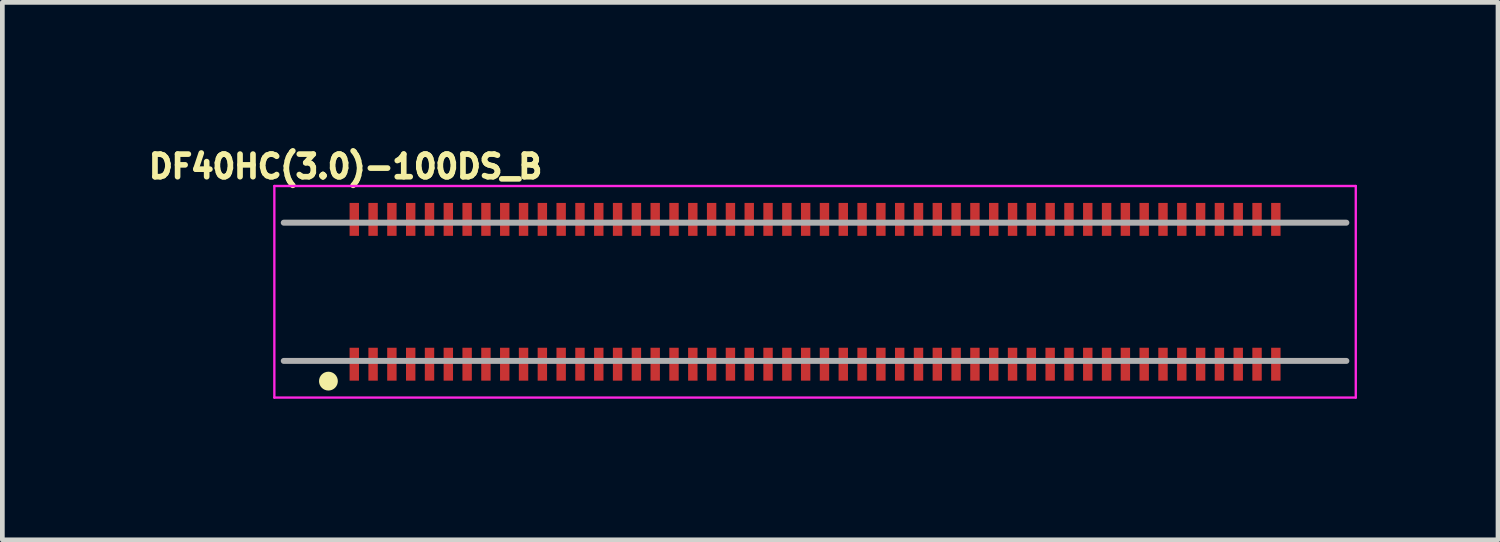
<source format=kicad_pcb>
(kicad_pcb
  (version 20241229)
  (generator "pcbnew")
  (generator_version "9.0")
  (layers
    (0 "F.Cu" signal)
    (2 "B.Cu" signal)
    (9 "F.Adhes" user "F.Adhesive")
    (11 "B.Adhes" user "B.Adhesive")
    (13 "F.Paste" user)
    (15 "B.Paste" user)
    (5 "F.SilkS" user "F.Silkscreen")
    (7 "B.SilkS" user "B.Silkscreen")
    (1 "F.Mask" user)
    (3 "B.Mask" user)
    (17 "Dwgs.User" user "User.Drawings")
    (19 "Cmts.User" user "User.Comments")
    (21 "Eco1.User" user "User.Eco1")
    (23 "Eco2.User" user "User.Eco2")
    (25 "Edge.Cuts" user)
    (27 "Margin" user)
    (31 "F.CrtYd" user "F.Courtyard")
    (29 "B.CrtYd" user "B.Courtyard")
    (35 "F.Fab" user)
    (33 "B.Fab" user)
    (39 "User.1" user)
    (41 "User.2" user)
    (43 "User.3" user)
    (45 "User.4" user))
  (footprint "DF40HC(3.0)-100DS_B"
    (layer "F.Cu")
    (at 14.645 3.716)
    (property "Reference" "DF40HC(3.0)-100DS_B" (at -10.345 -3.224 0) (layer "F.SilkS") (effects (font (size 0.481 0.481) (thickness 0.15))))
    (attr smd)
    (fp_circle (center -10.71 1.34) (end -10.61 1.34) (stroke (width 0.2) (type solid)) (fill no) (layer "F.SilkS"))
    (fp_line (start -11.86 -2.81) (end 11.14 -2.81) (stroke (width 0.05) (type solid)) (layer "F.CrtYd"))
    (fp_line (start -11.86 1.69) (end -11.86 -2.81) (stroke (width 0.05) (type solid)) (layer "F.CrtYd"))
    (fp_line (start 11.14 -2.81) (end 11.14 1.69) (stroke (width 0.05) (type solid)) (layer "F.CrtYd"))
    (fp_line (start 11.14 1.69) (end -11.86 1.69) (stroke (width 0.05) (type solid)) (layer "F.CrtYd"))
    (fp_line (start -11.66 -2.03) (end 10.94 -2.03) (stroke (width 0.127) (type solid)) (layer "F.Fab"))
    (fp_line (start 10.94 0.91) (end -11.66 0.91) (stroke (width 0.127) (type solid)) (layer "F.Fab"))
    (pad "101" smd rect (at -10.16 0.98) (size 0.2 0.7) (layers "F.Cu" "F.Mask" "F.Paste"))
    (pad "102" smd rect (at -10.16 -2.1) (size 0.2 0.7) (layers "F.Cu" "F.Mask" "F.Paste"))
    (pad "103" smd rect (at -9.76 0.98) (size 0.2 0.7) (layers "F.Cu" "F.Mask" "F.Paste"))
    (pad "104" smd rect (at -9.76 -2.1) (size 0.2 0.7) (layers "F.Cu" "F.Mask" "F.Paste"))
    (pad "105" smd rect (at -9.36 0.98) (size 0.2 0.7) (layers "F.Cu" "F.Mask" "F.Paste"))
    (pad "106" smd rect (at -9.36 -2.1) (size 0.2 0.7) (layers "F.Cu" "F.Mask" "F.Paste"))
    (pad "107" smd rect (at -8.96 0.98) (size 0.2 0.7) (layers "F.Cu" "F.Mask" "F.Paste"))
    (pad "108" smd rect (at -8.96 -2.1) (size 0.2 0.7) (layers "F.Cu" "F.Mask" "F.Paste"))
    (pad "109" smd rect (at -8.56 0.98) (size 0.2 0.7) (layers "F.Cu" "F.Mask" "F.Paste"))
    (pad "110" smd rect (at -8.56 -2.1) (size 0.2 0.7) (layers "F.Cu" "F.Mask" "F.Paste"))
    (pad "111" smd rect (at -8.16 0.98) (size 0.2 0.7) (layers "F.Cu" "F.Mask" "F.Paste"))
    (pad "112" smd rect (at -8.16 -2.1) (size 0.2 0.7) (layers "F.Cu" "F.Mask" "F.Paste"))
    (pad "113" smd rect (at -7.76 0.98) (size 0.2 0.7) (layers "F.Cu" "F.Mask" "F.Paste"))
    (pad "114" smd rect (at -7.76 -2.1) (size 0.2 0.7) (layers "F.Cu" "F.Mask" "F.Paste"))
    (pad "115" smd rect (at -7.36 0.98) (size 0.2 0.7) (layers "F.Cu" "F.Mask" "F.Paste"))
    (pad "116" smd rect (at -7.36 -2.1) (size 0.2 0.7) (layers "F.Cu" "F.Mask" "F.Paste"))
    (pad "117" smd rect (at -6.96 0.98) (size 0.2 0.7) (layers "F.Cu" "F.Mask" "F.Paste"))
    (pad "118" smd rect (at -6.96 -2.1) (size 0.2 0.7) (layers "F.Cu" "F.Mask" "F.Paste"))
    (pad "119" smd rect (at -6.56 0.98) (size 0.2 0.7) (layers "F.Cu" "F.Mask" "F.Paste"))
    (pad "120" smd rect (at -6.56 -2.1) (size 0.2 0.7) (layers "F.Cu" "F.Mask" "F.Paste"))
    (pad "121" smd rect (at -6.16 0.98) (size 0.2 0.7) (layers "F.Cu" "F.Mask" "F.Paste"))
    (pad "122" smd rect (at -6.16 -2.1) (size 0.2 0.7) (layers "F.Cu" "F.Mask" "F.Paste"))
    (pad "123" smd rect (at -5.76 0.98) (size 0.2 0.7) (layers "F.Cu" "F.Mask" "F.Paste"))
    (pad "124" smd rect (at -5.76 -2.1) (size 0.2 0.7) (layers "F.Cu" "F.Mask" "F.Paste"))
    (pad "125" smd rect (at -5.36 0.98) (size 0.2 0.7) (layers "F.Cu" "F.Mask" "F.Paste"))
    (pad "126" smd rect (at -5.36 -2.1) (size 0.2 0.7) (layers "F.Cu" "F.Mask" "F.Paste"))
    (pad "127" smd rect (at -4.96 0.98) (size 0.2 0.7) (layers "F.Cu" "F.Mask" "F.Paste"))
    (pad "128" smd rect (at -4.96 -2.1) (size 0.2 0.7) (layers "F.Cu" "F.Mask" "F.Paste"))
    (pad "129" smd rect (at -4.56 0.98) (size 0.2 0.7) (layers "F.Cu" "F.Mask" "F.Paste"))
    (pad "130" smd rect (at -4.56 -2.1) (size 0.2 0.7) (layers "F.Cu" "F.Mask" "F.Paste"))
    (pad "131" smd rect (at -4.16 0.98) (size 0.2 0.7) (layers "F.Cu" "F.Mask" "F.Paste"))
    (pad "132" smd rect (at -4.16 -2.1) (size 0.2 0.7) (layers "F.Cu" "F.Mask" "F.Paste"))
    (pad "133" smd rect (at -3.76 0.98) (size 0.2 0.7) (layers "F.Cu" "F.Mask" "F.Paste"))
    (pad "134" smd rect (at -3.76 -2.1) (size 0.2 0.7) (layers "F.Cu" "F.Mask" "F.Paste"))
    (pad "135" smd rect (at -3.36 0.98) (size 0.2 0.7) (layers "F.Cu" "F.Mask" "F.Paste"))
    (pad "136" smd rect (at -3.36 -2.1) (size 0.2 0.7) (layers "F.Cu" "F.Mask" "F.Paste"))
    (pad "137" smd rect (at -2.96 0.98) (size 0.2 0.7) (layers "F.Cu" "F.Mask" "F.Paste"))
    (pad "138" smd rect (at -2.96 -2.1) (size 0.2 0.7) (layers "F.Cu" "F.Mask" "F.Paste"))
    (pad "139" smd rect (at -2.56 0.98) (size 0.2 0.7) (layers "F.Cu" "F.Mask" "F.Paste"))
    (pad "140" smd rect (at -2.56 -2.1) (size 0.2 0.7) (layers "F.Cu" "F.Mask" "F.Paste"))
    (pad "141" smd rect (at -2.16 0.98) (size 0.2 0.7) (layers "F.Cu" "F.Mask" "F.Paste"))
    (pad "142" smd rect (at -2.16 -2.1) (size 0.2 0.7) (layers "F.Cu" "F.Mask" "F.Paste"))
    (pad "143" smd rect (at -1.76 0.98) (size 0.2 0.7) (layers "F.Cu" "F.Mask" "F.Paste"))
    (pad "144" smd rect (at -1.76 -2.1) (size 0.2 0.7) (layers "F.Cu" "F.Mask" "F.Paste"))
    (pad "145" smd rect (at -1.36 0.98) (size 0.2 0.7) (layers "F.Cu" "F.Mask" "F.Paste"))
    (pad "146" smd rect (at -1.36 -2.1) (size 0.2 0.7) (layers "F.Cu" "F.Mask" "F.Paste"))
    (pad "147" smd rect (at -0.96 0.98) (size 0.2 0.7) (layers "F.Cu" "F.Mask" "F.Paste"))
    (pad "148" smd rect (at -0.96 -2.1) (size 0.2 0.7) (layers "F.Cu" "F.Mask" "F.Paste"))
    (pad "149" smd rect (at -0.56 0.98) (size 0.2 0.7) (layers "F.Cu" "F.Mask" "F.Paste"))
    (pad "150" smd rect (at -0.56 -2.1) (size 0.2 0.7) (layers "F.Cu" "F.Mask" "F.Paste"))
    (pad "151" smd rect (at -0.16 0.98) (size 0.2 0.7) (layers "F.Cu" "F.Mask" "F.Paste"))
    (pad "152" smd rect (at -0.16 -2.1) (size 0.2 0.7) (layers "F.Cu" "F.Mask" "F.Paste"))
    (pad "153" smd rect (at 0.24 0.98) (size 0.2 0.7) (layers "F.Cu" "F.Mask" "F.Paste"))
    (pad "154" smd rect (at 0.24 -2.1) (size 0.2 0.7) (layers "F.Cu" "F.Mask" "F.Paste"))
    (pad "155" smd rect (at 0.64 0.98) (size 0.2 0.7) (layers "F.Cu" "F.Mask" "F.Paste"))
    (pad "156" smd rect (at 0.64 -2.1) (size 0.2 0.7) (layers "F.Cu" "F.Mask" "F.Paste"))
    (pad "157" smd rect (at 1.04 0.98) (size 0.2 0.7) (layers "F.Cu" "F.Mask" "F.Paste"))
    (pad "158" smd rect (at 1.04 -2.1) (size 0.2 0.7) (layers "F.Cu" "F.Mask" "F.Paste"))
    (pad "159" smd rect (at 1.44 0.98) (size 0.2 0.7) (layers "F.Cu" "F.Mask" "F.Paste"))
    (pad "160" smd rect (at 1.44 -2.1) (size 0.2 0.7) (layers "F.Cu" "F.Mask" "F.Paste"))
    (pad "161" smd rect (at 1.84 0.98) (size 0.2 0.7) (layers "F.Cu" "F.Mask" "F.Paste"))
    (pad "162" smd rect (at 1.84 -2.1) (size 0.2 0.7) (layers "F.Cu" "F.Mask" "F.Paste"))
    (pad "163" smd rect (at 2.24 0.98) (size 0.2 0.7) (layers "F.Cu" "F.Mask" "F.Paste"))
    (pad "164" smd rect (at 2.24 -2.1) (size 0.2 0.7) (layers "F.Cu" "F.Mask" "F.Paste"))
    (pad "165" smd rect (at 2.64 0.98) (size 0.2 0.7) (layers "F.Cu" "F.Mask" "F.Paste"))
    (pad "166" smd rect (at 2.64 -2.1) (size 0.2 0.7) (layers "F.Cu" "F.Mask" "F.Paste"))
    (pad "167" smd rect (at 3.04 0.98) (size 0.2 0.7) (layers "F.Cu" "F.Mask" "F.Paste"))
    (pad "168" smd rect (at 3.04 -2.1) (size 0.2 0.7) (layers "F.Cu" "F.Mask" "F.Paste"))
    (pad "169" smd rect (at 3.44 0.98) (size 0.2 0.7) (layers "F.Cu" "F.Mask" "F.Paste"))
    (pad "170" smd rect (at 3.44 -2.1) (size 0.2 0.7) (layers "F.Cu" "F.Mask" "F.Paste"))
    (pad "171" smd rect (at 3.84 0.98) (size 0.2 0.7) (layers "F.Cu" "F.Mask" "F.Paste"))
    (pad "172" smd rect (at 3.84 -2.1) (size 0.2 0.7) (layers "F.Cu" "F.Mask" "F.Paste"))
    (pad "173" smd rect (at 4.24 0.98) (size 0.2 0.7) (layers "F.Cu" "F.Mask" "F.Paste"))
    (pad "174" smd rect (at 4.24 -2.1) (size 0.2 0.7) (layers "F.Cu" "F.Mask" "F.Paste"))
    (pad "175" smd rect (at 4.64 0.98) (size 0.2 0.7) (layers "F.Cu" "F.Mask" "F.Paste"))
    (pad "176" smd rect (at 4.64 -2.1) (size 0.2 0.7) (layers "F.Cu" "F.Mask" "F.Paste"))
    (pad "177" smd rect (at 5.04 0.98) (size 0.2 0.7) (layers "F.Cu" "F.Mask" "F.Paste"))
    (pad "178" smd rect (at 5.04 -2.1) (size 0.2 0.7) (layers "F.Cu" "F.Mask" "F.Paste"))
    (pad "179" smd rect (at 5.44 0.98) (size 0.2 0.7) (layers "F.Cu" "F.Mask" "F.Paste"))
    (pad "180" smd rect (at 5.44 -2.1) (size 0.2 0.7) (layers "F.Cu" "F.Mask" "F.Paste"))
    (pad "181" smd rect (at 5.84 0.98) (size 0.2 0.7) (layers "F.Cu" "F.Mask" "F.Paste"))
    (pad "182" smd rect (at 5.84 -2.1) (size 0.2 0.7) (layers "F.Cu" "F.Mask" "F.Paste"))
    (pad "183" smd rect (at 6.24 0.98) (size 0.2 0.7) (layers "F.Cu" "F.Mask" "F.Paste"))
    (pad "184" smd rect (at 6.24 -2.1) (size 0.2 0.7) (layers "F.Cu" "F.Mask" "F.Paste"))
    (pad "185" smd rect (at 6.64 0.98) (size 0.2 0.7) (layers "F.Cu" "F.Mask" "F.Paste"))
    (pad "186" smd rect (at 6.64 -2.1) (size 0.2 0.7) (layers "F.Cu" "F.Mask" "F.Paste"))
    (pad "187" smd rect (at 7.04 0.98) (size 0.2 0.7) (layers "F.Cu" "F.Mask" "F.Paste"))
    (pad "188" smd rect (at 7.04 -2.1) (size 0.2 0.7) (layers "F.Cu" "F.Mask" "F.Paste"))
    (pad "189" smd rect (at 7.44 0.98) (size 0.2 0.7) (layers "F.Cu" "F.Mask" "F.Paste"))
    (pad "190" smd rect (at 7.44 -2.1) (size 0.2 0.7) (layers "F.Cu" "F.Mask" "F.Paste"))
    (pad "191" smd rect (at 7.84 0.98) (size 0.2 0.7) (layers "F.Cu" "F.Mask" "F.Paste"))
    (pad "192" smd rect (at 7.84 -2.1) (size 0.2 0.7) (layers "F.Cu" "F.Mask" "F.Paste"))
    (pad "193" smd rect (at 8.24 0.98) (size 0.2 0.7) (layers "F.Cu" "F.Mask" "F.Paste"))
    (pad "194" smd rect (at 8.24 -2.1) (size 0.2 0.7) (layers "F.Cu" "F.Mask" "F.Paste"))
    (pad "195" smd rect (at 8.64 0.98) (size 0.2 0.7) (layers "F.Cu" "F.Mask" "F.Paste"))
    (pad "196" smd rect (at 8.64 -2.1) (size 0.2 0.7) (layers "F.Cu" "F.Mask" "F.Paste"))
    (pad "197" smd rect (at 9.04 0.98) (size 0.2 0.7) (layers "F.Cu" "F.Mask" "F.Paste"))
    (pad "198" smd rect (at 9.04 -2.1) (size 0.2 0.7) (layers "F.Cu" "F.Mask" "F.Paste"))
    (pad "199" smd rect (at 9.44 0.98) (size 0.2 0.7) (layers "F.Cu" "F.Mask" "F.Paste"))
    (pad "200" smd rect (at 9.44 -2.1) (size 0.2 0.7) (layers "F.Cu" "F.Mask" "F.Paste"))
    (zone (net_name "") (layer "F.Cu") (hatch full 0.508) (connect_pads) (min_thickness 0.01) (filled_areas_thickness no) (keepout (tracks not_allowed) (vias not_allowed) (pads not_allowed) (copperpour not_allowed) (footprints allowed)) (placement (enabled no)) (fill) (polygon (pts (xy 4.356 1.966) (xy 4.585 1.966) (xy 4.585 2.695) (xy 4.356 2.695))))
    (zone (net_name "") (layer "F.Cu") (hatch full 0.508) (connect_pads) (min_thickness 0.01) (filled_areas_thickness no) (keepout (tracks not_allowed) (vias not_allowed) (pads not_allowed) (copperpour not_allowed) (footprints allowed)) (placement (enabled no)) (fill) (polygon (pts (xy 4.378 3.616) (xy 4.585 3.616) (xy 4.585 4.347) (xy 4.378 4.347))))
    (zone (net_name "") (layer "F.Cu") (hatch full 0.508) (connect_pads) (min_thickness 0.01) (filled_areas_thickness no) (keepout (tracks not_allowed) (vias not_allowed) (pads not_allowed) (copperpour not_allowed) (footprints allowed)) (placement (enabled no)) (fill) (polygon (pts (xy 4.754 1.966) (xy 4.985 1.966) (xy 4.985 2.695) (xy 4.754 2.695))))
    (zone (net_name "") (layer "F.Cu") (hatch full 0.508) (connect_pads) (min_thickness 0.01) (filled_areas_thickness no) (keepout (tracks not_allowed) (vias not_allowed) (pads not_allowed) (copperpour not_allowed) (footprints allowed)) (placement (enabled no)) (fill) (polygon (pts (xy 4.776 3.616) (xy 4.985 3.616) (xy 4.985 4.348) (xy 4.776 4.348))))
    (zone (net_name "") (layer "F.Cu") (hatch full 0.508) (connect_pads) (min_thickness 0.01) (filled_areas_thickness no) (keepout (tracks not_allowed) (vias not_allowed) (pads not_allowed) (copperpour not_allowed) (footprints allowed)) (placement (enabled no)) (fill) (polygon (pts (xy 5.166 1.966) (xy 5.385 1.966) (xy 5.385 2.696) (xy 5.166 2.696))))
    (zone (net_name "") (layer "F.Cu") (hatch full 0.508) (connect_pads) (min_thickness 0.01) (filled_areas_thickness no) (keepout (tracks not_allowed) (vias not_allowed) (pads not_allowed) (copperpour not_allowed) (footprints allowed)) (placement (enabled no)) (fill) (polygon (pts (xy 5.183 3.616) (xy 5.385 3.616) (xy 5.385 4.347) (xy 5.183 4.347))))
    (zone (net_name "") (layer "F.Cu") (hatch full 0.508) (connect_pads) (min_thickness 0.01) (filled_areas_thickness no) (keepout (tracks not_allowed) (vias not_allowed) (pads not_allowed) (copperpour not_allowed) (footprints allowed)) (placement (enabled no)) (fill) (polygon (pts (xy 5.566 3.616) (xy 5.785 3.616) (xy 5.785 4.349) (xy 5.566 4.349))))
    (zone (net_name "") (layer "F.Cu") (hatch full 0.508) (connect_pads) (min_thickness 0.01) (filled_areas_thickness no) (keepout (tracks not_allowed) (vias not_allowed) (pads not_allowed) (copperpour not_allowed) (footprints allowed)) (placement (enabled no)) (fill) (polygon (pts (xy 5.567 1.966) (xy 5.785 1.966) (xy 5.785 2.695) (xy 5.567 2.695))))
    (zone (net_name "") (layer "F.Cu") (hatch full 0.508) (connect_pads) (min_thickness 0.01) (filled_areas_thickness no) (keepout (tracks not_allowed) (vias not_allowed) (pads not_allowed) (copperpour not_allowed) (footprints allowed)) (placement (enabled no)) (fill) (polygon (pts (xy 5.968 3.616) (xy 6.185 3.616) (xy 6.185 4.349) (xy 5.968 4.349))))
    (zone (net_name "") (layer "F.Cu") (hatch full 0.508) (connect_pads) (min_thickness 0.01) (filled_areas_thickness no) (keepout (tracks not_allowed) (vias not_allowed) (pads not_allowed) (copperpour not_allowed) (footprints allowed)) (placement (enabled no)) (fill) (polygon (pts (xy 5.971 1.966) (xy 6.185 1.966) (xy 6.185 2.696) (xy 5.971 2.696))))
    (zone (net_name "") (layer "F.Cu") (hatch full 0.508) (connect_pads) (min_thickness 0.01) (filled_areas_thickness no) (keepout (tracks not_allowed) (vias not_allowed) (pads not_allowed) (copperpour not_allowed) (footprints allowed)) (placement (enabled no)) (fill) (polygon (pts (xy 6.364 3.616) (xy 6.585 3.616) (xy 6.585 4.35) (xy 6.364 4.35))))
    (zone (net_name "") (layer "F.Cu") (hatch full 0.508) (connect_pads) (min_thickness 0.01) (filled_areas_thickness no) (keepout (tracks not_allowed) (vias not_allowed) (pads not_allowed) (copperpour not_allowed) (footprints allowed)) (placement (enabled no)) (fill) (polygon (pts (xy 6.376 1.966) (xy 6.585 1.966) (xy 6.585 2.696) (xy 6.376 2.696))))
    (zone (net_name "") (layer "F.Cu") (hatch full 0.508) (connect_pads) (min_thickness 0.01) (filled_areas_thickness no) (keepout (tracks not_allowed) (vias not_allowed) (pads not_allowed) (copperpour not_allowed) (footprints allowed)) (placement (enabled no)) (fill) (polygon (pts (xy 6.771 3.616) (xy 6.985 3.616) (xy 6.985 4.349) (xy 6.771 4.349))))
    (zone (net_name "") (layer "F.Cu") (hatch full 0.508) (connect_pads) (min_thickness 0.01) (filled_areas_thickness no) (keepout (tracks not_allowed) (vias not_allowed) (pads not_allowed) (copperpour not_allowed) (footprints allowed)) (placement (enabled no)) (fill) (polygon (pts (xy 6.777 1.966) (xy 6.985 1.966) (xy 6.985 2.696) (xy 6.777 2.696))))
    (zone (net_name "") (layer "F.Cu") (hatch full 0.508) (connect_pads) (min_thickness 0.01) (filled_areas_thickness no) (keepout (tracks not_allowed) (vias not_allowed) (pads not_allowed) (copperpour not_allowed) (footprints allowed)) (placement (enabled no)) (fill) (polygon (pts (xy 7.168 3.616) (xy 7.385 3.616) (xy 7.385 4.349) (xy 7.168 4.349))))
    (zone (net_name "") (layer "F.Cu") (hatch full 0.508) (connect_pads) (min_thickness 0.01) (filled_areas_thickness no) (keepout (tracks not_allowed) (vias not_allowed) (pads not_allowed) (copperpour not_allowed) (footprints allowed)) (placement (enabled no)) (fill) (polygon (pts (xy 7.175 1.966) (xy 7.385 1.966) (xy 7.385 2.696) (xy 7.175 2.696))))
    (zone (net_name "") (layer "F.Cu") (hatch full 0.508) (connect_pads) (min_thickness 0.01) (filled_areas_thickness no) (keepout (tracks not_allowed) (vias not_allowed) (pads not_allowed) (copperpour not_allowed) (footprints allowed)) (placement (enabled no)) (fill) (polygon (pts (xy 7.564 1.966) (xy 7.785 1.966) (xy 7.785 2.695) (xy 7.564 2.695))))
    (zone (net_name "") (layer "F.Cu") (hatch full 0.508) (connect_pads) (min_thickness 0.01) (filled_areas_thickness no) (keepout (tracks not_allowed) (vias not_allowed) (pads not_allowed) (copperpour not_allowed) (footprints allowed)) (placement (enabled no)) (fill) (polygon (pts (xy 7.568 3.616) (xy 7.785 3.616) (xy 7.785 4.35) (xy 7.568 4.35))))
    (zone (net_name "") (layer "F.Cu") (hatch full 0.508) (connect_pads) (min_thickness 0.01) (filled_areas_thickness no) (keepout (tracks not_allowed) (vias not_allowed) (pads not_allowed) (copperpour not_allowed) (footprints allowed)) (placement (enabled no)) (fill) (polygon (pts (xy 7.969 1.966) (xy 8.185 1.966) (xy 8.185 2.695) (xy 7.969 2.695))))
    (zone (net_name "") (layer "F.Cu") (hatch full 0.508) (connect_pads) (min_thickness 0.01) (filled_areas_thickness no) (keepout (tracks not_allowed) (vias not_allowed) (pads not_allowed) (copperpour not_allowed) (footprints allowed)) (placement (enabled no)) (fill) (polygon (pts (xy 7.975 3.616) (xy 8.185 3.616) (xy 8.185 4.348) (xy 7.975 4.348))))
    (zone (net_name "") (layer "F.Cu") (hatch full 0.508) (connect_pads) (min_thickness 0.01) (filled_areas_thickness no) (keepout (tracks not_allowed) (vias not_allowed) (pads not_allowed) (copperpour not_allowed) (footprints allowed)) (placement (enabled no)) (fill) (polygon (pts (xy 8.371 1.966) (xy 8.585 1.966) (xy 8.585 2.695) (xy 8.371 2.695))))
    (zone (net_name "") (layer "F.Cu") (hatch full 0.508) (connect_pads) (min_thickness 0.01) (filled_areas_thickness no) (keepout (tracks not_allowed) (vias not_allowed) (pads not_allowed) (copperpour not_allowed) (footprints allowed)) (placement (enabled no)) (fill) (polygon (pts (xy 8.371 3.616) (xy 8.585 3.616) (xy 8.585 4.349) (xy 8.371 4.349))))
    (zone (net_name "") (layer "F.Cu") (hatch full 0.508) (connect_pads) (min_thickness 0.01) (filled_areas_thickness no) (keepout (tracks not_allowed) (vias not_allowed) (pads not_allowed) (copperpour not_allowed) (footprints allowed)) (placement (enabled no)) (fill) (polygon (pts (xy 8.764 3.616) (xy 8.985 3.616) (xy 8.985 4.351) (xy 8.764 4.351))))
    (zone (net_name "") (layer "F.Cu") (hatch full 0.508) (connect_pads) (min_thickness 0.01) (filled_areas_thickness no) (keepout (tracks not_allowed) (vias not_allowed) (pads not_allowed) (copperpour not_allowed) (footprints allowed)) (placement (enabled no)) (fill) (polygon (pts (xy 8.769 1.966) (xy 8.985 1.966) (xy 8.985 2.695) (xy 8.769 2.695))))
    (zone (net_name "") (layer "F.Cu") (hatch full 0.508) (connect_pads) (min_thickness 0.01) (filled_areas_thickness no) (keepout (tracks not_allowed) (vias not_allowed) (pads not_allowed) (copperpour not_allowed) (footprints allowed)) (placement (enabled no)) (fill) (polygon (pts (xy 9.171 1.966) (xy 9.385 1.966) (xy 9.385 2.695) (xy 9.171 2.695))))
    (zone (net_name "") (layer "F.Cu") (hatch full 0.508) (connect_pads) (min_thickness 0.01) (filled_areas_thickness no) (keepout (tracks not_allowed) (vias not_allowed) (pads not_allowed) (copperpour not_allowed) (footprints allowed)) (placement (enabled no)) (fill) (polygon (pts (xy 9.174 3.616) (xy 9.385 3.616) (xy 9.385 4.349) (xy 9.174 4.349))))
    (zone (net_name "") (layer "F.Cu") (hatch full 0.508) (connect_pads) (min_thickness 0.01) (filled_areas_thickness no) (keepout (tracks not_allowed) (vias not_allowed) (pads not_allowed) (copperpour not_allowed) (footprints allowed)) (placement (enabled no)) (fill) (polygon (pts (xy 9.575 3.616) (xy 9.785 3.616) (xy 9.785 4.349) (xy 9.575 4.349))))
    (zone (net_name "") (layer "F.Cu") (hatch full 0.508) (connect_pads) (min_thickness 0.01) (filled_areas_thickness no) (keepout (tracks not_allowed) (vias not_allowed) (pads not_allowed) (copperpour not_allowed) (footprints allowed)) (placement (enabled no)) (fill) (polygon (pts (xy 9.576 1.966) (xy 9.785 1.966) (xy 9.785 2.696) (xy 9.576 2.696))))
    (zone (net_name "") (layer "F.Cu") (hatch full 0.508) (connect_pads) (min_thickness 0.01) (filled_areas_thickness no) (keepout (tracks not_allowed) (vias not_allowed) (pads not_allowed) (copperpour not_allowed) (footprints allowed)) (placement (enabled no)) (fill) (polygon (pts (xy 9.979 1.966) (xy 10.185 1.966) (xy 10.185 2.696) (xy 9.979 2.696))))
    (zone (net_name "") (layer "F.Cu") (hatch full 0.508) (connect_pads) (min_thickness 0.01) (filled_areas_thickness no) (keepout (tracks not_allowed) (vias not_allowed) (pads not_allowed) (copperpour not_allowed) (footprints allowed)) (placement (enabled no)) (fill) (polygon (pts (xy 9.982 3.616) (xy 10.185 3.616) (xy 10.185 4.347) (xy 9.982 4.347))))
    (zone (net_name "") (layer "F.Cu") (hatch full 0.508) (connect_pads) (min_thickness 0.01) (filled_areas_thickness no) (keepout (tracks not_allowed) (vias not_allowed) (pads not_allowed) (copperpour not_allowed) (footprints allowed)) (placement (enabled no)) (fill) (polygon (pts (xy 10.374 3.616) (xy 10.585 3.616) (xy 10.585 4.35) (xy 10.374 4.35))))
    (zone (net_name "") (layer "F.Cu") (hatch full 0.508) (connect_pads) (min_thickness 0.01) (filled_areas_thickness no) (keepout (tracks not_allowed) (vias not_allowed) (pads not_allowed) (copperpour not_allowed) (footprints allowed)) (placement (enabled no)) (fill) (polygon (pts (xy 10.38 1.966) (xy 10.585 1.966) (xy 10.585 2.696) (xy 10.38 2.696))))
    (zone (net_name "") (layer "F.Cu") (hatch full 0.508) (connect_pads) (min_thickness 0.01) (filled_areas_thickness no) (keepout (tracks not_allowed) (vias not_allowed) (pads not_allowed) (copperpour not_allowed) (footprints allowed)) (placement (enabled no)) (fill) (polygon (pts (xy 10.773 3.616) (xy 10.985 3.616) (xy 10.985 4.351) (xy 10.773 4.351))))
    (zone (net_name "") (layer "F.Cu") (hatch full 0.508) (connect_pads) (min_thickness 0.01) (filled_areas_thickness no) (keepout (tracks not_allowed) (vias not_allowed) (pads not_allowed) (copperpour not_allowed) (footprints allowed)) (placement (enabled no)) (fill) (polygon (pts (xy 10.784 1.966) (xy 10.985 1.966) (xy 10.985 2.696) (xy 10.784 2.696))))
    (zone (net_name "") (layer "F.Cu") (hatch full 0.508) (connect_pads) (min_thickness 0.01) (filled_areas_thickness no) (keepout (tracks not_allowed) (vias not_allowed) (pads not_allowed) (copperpour not_allowed) (footprints allowed)) (placement (enabled no)) (fill) (polygon (pts (xy 11.175 1.966) (xy 11.385 1.966) (xy 11.385 2.695) (xy 11.175 2.695))))
    (zone (net_name "") (layer "F.Cu") (hatch full 0.508) (connect_pads) (min_thickness 0.01) (filled_areas_thickness no) (keepout (tracks not_allowed) (vias not_allowed) (pads not_allowed) (copperpour not_allowed) (footprints allowed)) (placement (enabled no)) (fill) (polygon (pts (xy 11.183 3.616) (xy 11.385 3.616) (xy 11.385 4.347) (xy 11.183 4.347))))
    (zone (net_name "") (layer "F.Cu") (hatch full 0.508) (connect_pads) (min_thickness 0.01) (filled_areas_thickness no) (keepout (tracks not_allowed) (vias not_allowed) (pads not_allowed) (copperpour not_allowed) (footprints allowed)) (placement (enabled no)) (fill) (polygon (pts (xy 11.576 3.616) (xy 11.785 3.616) (xy 11.785 4.351) (xy 11.576 4.351))))
    (zone (net_name "") (layer "F.Cu") (hatch full 0.508) (connect_pads) (min_thickness 0.01) (filled_areas_thickness no) (keepout (tracks not_allowed) (vias not_allowed) (pads not_allowed) (copperpour not_allowed) (footprints allowed)) (placement (enabled no)) (fill) (polygon (pts (xy 11.577 1.966) (xy 11.785 1.966) (xy 11.785 2.695) (xy 11.577 2.695))))
    (zone (net_name "") (layer "F.Cu") (hatch full 0.508) (connect_pads) (min_thickness 0.01) (filled_areas_thickness no) (keepout (tracks not_allowed) (vias not_allowed) (pads not_allowed) (copperpour not_allowed) (footprints allowed)) (placement (enabled no)) (fill) (polygon (pts (xy 11.98 1.966) (xy 12.185 1.966) (xy 12.185 2.695) (xy 11.98 2.695))))
    (zone (net_name "") (layer "F.Cu") (hatch full 0.508) (connect_pads) (min_thickness 0.01) (filled_areas_thickness no) (keepout (tracks not_allowed) (vias not_allowed) (pads not_allowed) (copperpour not_allowed) (footprints allowed)) (placement (enabled no)) (fill) (polygon (pts (xy 11.982 3.616) (xy 12.185 3.616) (xy 12.185 4.348) (xy 11.982 4.348))))
    (zone (net_name "") (layer "F.Cu") (hatch full 0.508) (connect_pads) (min_thickness 0.01) (filled_areas_thickness no) (keepout (tracks not_allowed) (vias not_allowed) (pads not_allowed) (copperpour not_allowed) (footprints allowed)) (placement (enabled no)) (fill) (polygon (pts (xy 12.38 3.616) (xy 12.585 3.616) (xy 12.585 4.35) (xy 12.38 4.35))))
    (zone (net_name "") (layer "F.Cu") (hatch full 0.508) (connect_pads) (min_thickness 0.01) (filled_areas_thickness no) (keepout (tracks not_allowed) (vias not_allowed) (pads not_allowed) (copperpour not_allowed) (footprints allowed)) (placement (enabled no)) (fill) (polygon (pts (xy 12.383 1.966) (xy 12.585 1.966) (xy 12.585 2.696) (xy 12.383 2.696))))
    (zone (net_name "") (layer "F.Cu") (hatch full 0.508) (connect_pads) (min_thickness 0.01) (filled_areas_thickness no) (keepout (tracks not_allowed) (vias not_allowed) (pads not_allowed) (copperpour not_allowed) (footprints allowed)) (placement (enabled no)) (fill) (polygon (pts (xy 12.782 1.966) (xy 12.985 1.966) (xy 12.985 2.695) (xy 12.782 2.695))))
    (zone (net_name "") (layer "F.Cu") (hatch full 0.508) (connect_pads) (min_thickness 0.01) (filled_areas_thickness no) (keepout (tracks not_allowed) (vias not_allowed) (pads not_allowed) (copperpour not_allowed) (footprints allowed)) (placement (enabled no)) (fill) (polygon (pts (xy 12.784 3.616) (xy 12.985 3.616) (xy 12.985 4.348) (xy 12.784 4.348))))
    (zone (net_name "") (layer "F.Cu") (hatch full 0.508) (connect_pads) (min_thickness 0.01) (filled_areas_thickness no) (keepout (tracks not_allowed) (vias not_allowed) (pads not_allowed) (copperpour not_allowed) (footprints allowed)) (placement (enabled no)) (fill) (polygon (pts (xy 13.183 3.616) (xy 13.385 3.616) (xy 13.385 4.349) (xy 13.183 4.349))))
    (zone (net_name "") (layer "F.Cu") (hatch full 0.508) (connect_pads) (min_thickness 0.01) (filled_areas_thickness no) (keepout (tracks not_allowed) (vias not_allowed) (pads not_allowed) (copperpour not_allowed) (footprints allowed)) (placement (enabled no)) (fill) (polygon (pts (xy 13.183 1.966) (xy 13.385 1.966) (xy 13.385 2.696) (xy 13.183 2.696))))
    (zone (net_name "") (layer "F.Cu") (hatch full 0.508) (connect_pads) (min_thickness 0.01) (filled_areas_thickness no) (keepout (tracks not_allowed) (vias not_allowed) (pads not_allowed) (copperpour not_allowed) (footprints allowed)) (placement (enabled no)) (fill) (polygon (pts (xy 13.584 3.616) (xy 13.785 3.616) (xy 13.785 4.348) (xy 13.584 4.348))))
    (zone (net_name "") (layer "F.Cu") (hatch full 0.508) (connect_pads) (min_thickness 0.01) (filled_areas_thickness no) (keepout (tracks not_allowed) (vias not_allowed) (pads not_allowed) (copperpour not_allowed) (footprints allowed)) (placement (enabled no)) (fill) (polygon (pts (xy 13.584 1.966) (xy 13.785 1.966) (xy 13.785 2.696) (xy 13.584 2.696))))
    (zone (net_name "") (layer "F.Cu") (hatch full 0.508) (connect_pads) (min_thickness 0.01) (filled_areas_thickness no) (keepout (tracks not_allowed) (vias not_allowed) (pads not_allowed) (copperpour not_allowed) (footprints allowed)) (placement (enabled no)) (fill) (polygon (pts (xy 13.984 1.966) (xy 14.185 1.966) (xy 14.185 2.695) (xy 13.984 2.695))))
    (zone (net_name "") (layer "F.Cu") (hatch full 0.508) (connect_pads) (min_thickness 0.01) (filled_areas_thickness no) (keepout (tracks not_allowed) (vias not_allowed) (pads not_allowed) (copperpour not_allowed) (footprints allowed)) (placement (enabled no)) (fill) (polygon (pts (xy 13.984 3.616) (xy 14.185 3.616) (xy 14.185 4.349) (xy 13.984 4.349))))
    (zone (net_name "") (layer "F.Cu") (hatch full 0.508) (connect_pads) (min_thickness 0.01) (filled_areas_thickness no) (keepout (tracks not_allowed) (vias not_allowed) (pads not_allowed) (copperpour not_allowed) (footprints allowed)) (placement (enabled no)) (fill) (polygon (pts (xy 14.385 3.616) (xy 14.585 3.616) (xy 14.585 4.349) (xy 14.385 4.349))))
    (zone (net_name "") (layer "F.Cu") (hatch full 0.508) (connect_pads) (min_thickness 0.01) (filled_areas_thickness no) (keepout (tracks not_allowed) (vias not_allowed) (pads not_allowed) (copperpour not_allowed) (footprints allowed)) (placement (enabled no)) (fill) (polygon (pts (xy 14.385 1.966) (xy 14.585 1.966) (xy 14.585 2.695) (xy 14.385 2.695))))
    (zone (net_name "") (layer "F.Cu") (hatch full 0.508) (connect_pads) (min_thickness 0.01) (filled_areas_thickness no) (keepout (tracks not_allowed) (vias not_allowed) (pads not_allowed) (copperpour not_allowed) (footprints allowed)) (placement (enabled no)) (fill) (polygon (pts (xy 14.785 3.616) (xy 14.985 3.616) (xy 14.985 4.347) (xy 14.785 4.347))))
    (zone (net_name "") (layer "F.Cu") (hatch full 0.508) (connect_pads) (min_thickness 0.01) (filled_areas_thickness no) (keepout (tracks not_allowed) (vias not_allowed) (pads not_allowed) (copperpour not_allowed) (footprints allowed)) (placement (enabled no)) (fill) (polygon (pts (xy 14.786 1.966) (xy 14.985 1.966) (xy 14.985 2.696) (xy 14.786 2.696))))
    (zone (net_name "") (layer "F.Cu") (hatch full 0.508) (connect_pads) (min_thickness 0.01) (filled_areas_thickness no) (keepout (tracks not_allowed) (vias not_allowed) (pads not_allowed) (copperpour not_allowed) (footprints allowed)) (placement (enabled no)) (fill) (polygon (pts (xy 15.186 1.966) (xy 15.385 1.966) (xy 15.385 2.696) (xy 15.186 2.696))))
    (zone (net_name "") (layer "F.Cu") (hatch full 0.508) (connect_pads) (min_thickness 0.01) (filled_areas_thickness no) (keepout (tracks not_allowed) (vias not_allowed) (pads not_allowed) (copperpour not_allowed) (footprints allowed)) (placement (enabled no)) (fill) (polygon (pts (xy 15.187 3.616) (xy 15.385 3.616) (xy 15.385 4.349) (xy 15.187 4.349))))
    (zone (net_name "") (layer "F.Cu") (hatch full 0.508) (connect_pads) (min_thickness 0.01) (filled_areas_thickness no) (keepout (tracks not_allowed) (vias not_allowed) (pads not_allowed) (copperpour not_allowed) (footprints allowed)) (placement (enabled no)) (fill) (polygon (pts (xy 15.588 3.616) (xy 15.785 3.616) (xy 15.785 4.349) (xy 15.588 4.349))))
    (zone (net_name "") (layer "F.Cu") (hatch full 0.508) (connect_pads) (min_thickness 0.01) (filled_areas_thickness no) (keepout (tracks not_allowed) (vias not_allowed) (pads not_allowed) (copperpour not_allowed) (footprints allowed)) (placement (enabled no)) (fill) (polygon (pts (xy 15.589 1.966) (xy 15.785 1.966) (xy 15.785 2.695) (xy 15.589 2.695))))
    (zone (net_name "") (layer "F.Cu") (hatch full 0.508) (connect_pads) (min_thickness 0.01) (filled_areas_thickness no) (keepout (tracks not_allowed) (vias not_allowed) (pads not_allowed) (copperpour not_allowed) (footprints allowed)) (placement (enabled no)) (fill) (polygon (pts (xy 15.987 1.966) (xy 16.185 1.966) (xy 16.185 2.696) (xy 15.987 2.696))))
    (zone (net_name "") (layer "F.Cu") (hatch full 0.508) (connect_pads) (min_thickness 0.01) (filled_areas_thickness no) (keepout (tracks not_allowed) (vias not_allowed) (pads not_allowed) (copperpour not_allowed) (footprints allowed)) (placement (enabled no)) (fill) (polygon (pts (xy 15.989 3.616) (xy 16.185 3.616) (xy 16.185 4.349) (xy 15.989 4.349))))
    (zone (net_name "") (layer "F.Cu") (hatch full 0.508) (connect_pads) (min_thickness 0.01) (filled_areas_thickness no) (keepout (tracks not_allowed) (vias not_allowed) (pads not_allowed) (copperpour not_allowed) (footprints allowed)) (placement (enabled no)) (fill) (polygon (pts (xy 16.387 1.966) (xy 16.585 1.966) (xy 16.585 2.696) (xy 16.387 2.696))))
    (zone (net_name "") (layer "F.Cu") (hatch full 0.508) (connect_pads) (min_thickness 0.01) (filled_areas_thickness no) (keepout (tracks not_allowed) (vias not_allowed) (pads not_allowed) (copperpour not_allowed) (footprints allowed)) (placement (enabled no)) (fill) (polygon (pts (xy 16.39 3.616) (xy 16.585 3.616) (xy 16.585 4.349) (xy 16.39 4.349))))
    (zone (net_name "") (layer "F.Cu") (hatch full 0.508) (connect_pads) (min_thickness 0.01) (filled_areas_thickness no) (keepout (tracks not_allowed) (vias not_allowed) (pads not_allowed) (copperpour not_allowed) (footprints allowed)) (placement (enabled no)) (fill) (polygon (pts (xy 16.786 3.616) (xy 16.985 3.616) (xy 16.985 4.347) (xy 16.786 4.347))))
    (zone (net_name "") (layer "F.Cu") (hatch full 0.508) (connect_pads) (min_thickness 0.01) (filled_areas_thickness no) (keepout (tracks not_allowed) (vias not_allowed) (pads not_allowed) (copperpour not_allowed) (footprints allowed)) (placement (enabled no)) (fill) (polygon (pts (xy 16.79 1.966) (xy 16.985 1.966) (xy 16.985 2.696) (xy 16.79 2.696))))
    (zone (net_name "") (layer "F.Cu") (hatch full 0.508) (connect_pads) (min_thickness 0.01) (filled_areas_thickness no) (keepout (tracks not_allowed) (vias not_allowed) (pads not_allowed) (copperpour not_allowed) (footprints allowed)) (placement (enabled no)) (fill) (polygon (pts (xy 17.19 1.966) (xy 17.385 1.966) (xy 17.385 2.696) (xy 17.19 2.696))))
    (zone (net_name "") (layer "F.Cu") (hatch full 0.508) (connect_pads) (min_thickness 0.01) (filled_areas_thickness no) (keepout (tracks not_allowed) (vias not_allowed) (pads not_allowed) (copperpour not_allowed) (footprints allowed)) (placement (enabled no)) (fill) (polygon (pts (xy 17.193 3.616) (xy 17.385 3.616) (xy 17.385 4.35) (xy 17.193 4.35))))
    (zone (net_name "") (layer "F.Cu") (hatch full 0.508) (connect_pads) (min_thickness 0.01) (filled_areas_thickness no) (keepout (tracks not_allowed) (vias not_allowed) (pads not_allowed) (copperpour not_allowed) (footprints allowed)) (placement (enabled no)) (fill) (polygon (pts (xy 17.59 1.966) (xy 17.785 1.966) (xy 17.785 2.696) (xy 17.59 2.696))))
    (zone (net_name "") (layer "F.Cu") (hatch full 0.508) (connect_pads) (min_thickness 0.01) (filled_areas_thickness no) (keepout (tracks not_allowed) (vias not_allowed) (pads not_allowed) (copperpour not_allowed) (footprints allowed)) (placement (enabled no)) (fill) (polygon (pts (xy 17.592 3.616) (xy 17.785 3.616) (xy 17.785 4.349) (xy 17.592 4.349))))
    (zone (net_name "") (layer "F.Cu") (hatch full 0.508) (connect_pads) (min_thickness 0.01) (filled_areas_thickness no) (keepout (tracks not_allowed) (vias not_allowed) (pads not_allowed) (copperpour not_allowed) (footprints allowed)) (placement (enabled no)) (fill) (polygon (pts (xy 17.988 1.966) (xy 18.185 1.966) (xy 18.185 2.696) (xy 17.988 2.696))))
    (zone (net_name "") (layer "F.Cu") (hatch full 0.508) (connect_pads) (min_thickness 0.01) (filled_areas_thickness no) (keepout (tracks not_allowed) (vias not_allowed) (pads not_allowed) (copperpour not_allowed) (footprints allowed)) (placement (enabled no)) (fill) (polygon (pts (xy 17.995 3.616) (xy 18.185 3.616) (xy 18.185 4.35) (xy 17.995 4.35))))
    (zone (net_name "") (layer "F.Cu") (hatch full 0.508) (connect_pads) (min_thickness 0.01) (filled_areas_thickness no) (keepout (tracks not_allowed) (vias not_allowed) (pads not_allowed) (copperpour not_allowed) (footprints allowed)) (placement (enabled no)) (fill) (polygon (pts (xy 18.387 3.616) (xy 18.585 3.616) (xy 18.585 4.347) (xy 18.387 4.347))))
    (zone (net_name "") (layer "F.Cu") (hatch full 0.508) (connect_pads) (min_thickness 0.01) (filled_areas_thickness no) (keepout (tracks not_allowed) (vias not_allowed) (pads not_allowed) (copperpour not_allowed) (footprints allowed)) (placement (enabled no)) (fill) (polygon (pts (xy 18.39 1.966) (xy 18.585 1.966) (xy 18.585 2.696) (xy 18.39 2.696))))
    (zone (net_name "") (layer "F.Cu") (hatch full 0.508) (connect_pads) (min_thickness 0.01) (filled_areas_thickness no) (keepout (tracks not_allowed) (vias not_allowed) (pads not_allowed) (copperpour not_allowed) (footprints allowed)) (placement (enabled no)) (fill) (polygon (pts (xy 18.789 1.966) (xy 18.985 1.966) (xy 18.985 2.696) (xy 18.789 2.696))))
    (zone (net_name "") (layer "F.Cu") (hatch full 0.508) (connect_pads) (min_thickness 0.01) (filled_areas_thickness no) (keepout (tracks not_allowed) (vias not_allowed) (pads not_allowed) (copperpour not_allowed) (footprints allowed)) (placement (enabled no)) (fill) (polygon (pts (xy 18.79 3.616) (xy 18.985 3.616) (xy 18.985 4.348) (xy 18.79 4.348))))
    (zone (net_name "") (layer "F.Cu") (hatch full 0.508) (connect_pads) (min_thickness 0.01) (filled_areas_thickness no) (keepout (tracks not_allowed) (vias not_allowed) (pads not_allowed) (copperpour not_allowed) (footprints allowed)) (placement (enabled no)) (fill) (polygon (pts (xy 19.187 3.616) (xy 19.385 3.616) (xy 19.385 4.347) (xy 19.187 4.347))))
    (zone (net_name "") (layer "F.Cu") (hatch full 0.508) (connect_pads) (min_thickness 0.01) (filled_areas_thickness no) (keepout (tracks not_allowed) (vias not_allowed) (pads not_allowed) (copperpour not_allowed) (footprints allowed)) (placement (enabled no)) (fill) (polygon (pts (xy 19.196 1.966) (xy 19.385 1.966) (xy 19.385 2.695) (xy 19.196 2.695))))
    (zone (net_name "") (layer "F.Cu") (hatch full 0.508) (connect_pads) (min_thickness 0.01) (filled_areas_thickness no) (keepout (tracks not_allowed) (vias not_allowed) (pads not_allowed) (copperpour not_allowed) (footprints allowed)) (placement (enabled no)) (fill) (polygon (pts (xy 19.595 1.966) (xy 19.785 1.966) (xy 19.785 2.696) (xy 19.595 2.696))))
    (zone (net_name "") (layer "F.Cu") (hatch full 0.508) (connect_pads) (min_thickness 0.01) (filled_areas_thickness no) (keepout (tracks not_allowed) (vias not_allowed) (pads not_allowed) (copperpour not_allowed) (footprints allowed)) (placement (enabled no)) (fill) (polygon (pts (xy 19.601 3.616) (xy 19.785 3.616) (xy 19.785 4.35) (xy 19.601 4.35))))
    (zone (net_name "") (layer "F.Cu") (hatch full 0.508) (connect_pads) (min_thickness 0.01) (filled_areas_thickness no) (keepout (tracks not_allowed) (vias not_allowed) (pads not_allowed) (copperpour not_allowed) (footprints allowed)) (placement (enabled no)) (fill) (polygon (pts (xy 19.997 3.616) (xy 20.185 3.616) (xy 20.185 4.349) (xy 19.997 4.349))))
    (zone (net_name "") (layer "F.Cu") (hatch full 0.508) (connect_pads) (min_thickness 0.01) (filled_areas_thickness no) (keepout (tracks not_allowed) (vias not_allowed) (pads not_allowed) (copperpour not_allowed) (footprints allowed)) (placement (enabled no)) (fill) (polygon (pts (xy 19.999 1.966) (xy 20.185 1.966) (xy 20.185 2.695) (xy 19.999 2.695))))
    (zone (net_name "") (layer "F.Cu") (hatch full 0.508) (connect_pads) (min_thickness 0.01) (filled_areas_thickness no) (keepout (tracks not_allowed) (vias not_allowed) (pads not_allowed) (copperpour not_allowed) (footprints allowed)) (placement (enabled no)) (fill) (polygon (pts (xy 20.4 3.616) (xy 20.585 3.616) (xy 20.585 4.349) (xy 20.4 4.349))))
    (zone (net_name "") (layer "F.Cu") (hatch full 0.508) (connect_pads) (min_thickness 0.01) (filled_areas_thickness no) (keepout (tracks not_allowed) (vias not_allowed) (pads not_allowed) (copperpour not_allowed) (footprints allowed)) (placement (enabled no)) (fill) (polygon (pts (xy 20.402 1.966) (xy 20.585 1.966) (xy 20.585 2.695) (xy 20.402 2.695))))
    (zone (net_name "") (layer "F.Cu") (hatch full 0.508) (connect_pads) (min_thickness 0.01) (filled_areas_thickness no) (keepout (tracks not_allowed) (vias not_allowed) (pads not_allowed) (copperpour not_allowed) (footprints allowed)) (placement (enabled no)) (fill) (polygon (pts (xy 20.797 3.616) (xy 20.985 3.616) (xy 20.985 4.349) (xy 20.797 4.349))))
    (zone (net_name "") (layer "F.Cu") (hatch full 0.508) (connect_pads) (min_thickness 0.01) (filled_areas_thickness no) (keepout (tracks not_allowed) (vias not_allowed) (pads not_allowed) (copperpour not_allowed) (footprints allowed)) (placement (enabled no)) (fill) (polygon (pts (xy 20.799 1.966) (xy 20.985 1.966) (xy 20.985 2.695) (xy 20.799 2.695))))
    (zone (net_name "") (layer "F.Cu") (hatch full 0.508) (connect_pads) (min_thickness 0.01) (filled_areas_thickness no) (keepout (tracks not_allowed) (vias not_allowed) (pads not_allowed) (copperpour not_allowed) (footprints allowed)) (placement (enabled no)) (fill) (polygon (pts (xy 21.202 1.966) (xy 21.385 1.966) (xy 21.385 2.695) (xy 21.202 2.695))))
    (zone (net_name "") (layer "F.Cu") (hatch full 0.508) (connect_pads) (min_thickness 0.01) (filled_areas_thickness no) (keepout (tracks not_allowed) (vias not_allowed) (pads not_allowed) (copperpour not_allowed) (footprints allowed)) (placement (enabled no)) (fill) (polygon (pts (xy 21.203 3.616) (xy 21.385 3.616) (xy 21.385 4.35) (xy 21.203 4.35))))
    (zone (net_name "") (layer "F.Cu") (hatch full 0.508) (connect_pads) (min_thickness 0.01) (filled_areas_thickness no) (keepout (tracks not_allowed) (vias not_allowed) (pads not_allowed) (copperpour not_allowed) (footprints allowed)) (placement (enabled no)) (fill) (polygon (pts (xy 21.598 1.966) (xy 21.785 1.966) (xy 21.785 2.696) (xy 21.598 2.696))))
    (zone (net_name "") (layer "F.Cu") (hatch full 0.508) (connect_pads) (min_thickness 0.01) (filled_areas_thickness no) (keepout (tracks not_allowed) (vias not_allowed) (pads not_allowed) (copperpour not_allowed) (footprints allowed)) (placement (enabled no)) (fill) (polygon (pts (xy 21.608 3.616) (xy 21.785 3.616) (xy 21.785 4.35) (xy 21.608 4.35))))
    (zone (net_name "") (layer "F.Cu") (hatch full 0.508) (connect_pads) (min_thickness 0.01) (filled_areas_thickness no) (keepout (tracks not_allowed) (vias not_allowed) (pads not_allowed) (copperpour not_allowed) (footprints allowed)) (placement (enabled no)) (fill) (polygon (pts (xy 22.001 3.616) (xy 22.185 3.616) (xy 22.185 4.349) (xy 22.001 4.349))))
    (zone (net_name "") (layer "F.Cu") (hatch full 0.508) (connect_pads) (min_thickness 0.01) (filled_areas_thickness no) (keepout (tracks not_allowed) (vias not_allowed) (pads not_allowed) (copperpour not_allowed) (footprints allowed)) (placement (enabled no)) (fill) (polygon (pts (xy 22.004 1.966) (xy 22.185 1.966) (xy 22.185 2.695) (xy 22.004 2.695))))
    (zone (net_name "") (layer "F.Cu") (hatch full 0.508) (connect_pads) (min_thickness 0.01) (filled_areas_thickness no) (keepout (tracks not_allowed) (vias not_allowed) (pads not_allowed) (copperpour not_allowed) (footprints allowed)) (placement (enabled no)) (fill) (polygon (pts (xy 22.389 1.966) (xy 22.585 1.966) (xy 22.585 2.696) (xy 22.389 2.696))))
    (zone (net_name "") (layer "F.Cu") (hatch full 0.508) (connect_pads) (min_thickness 0.01) (filled_areas_thickness no) (keepout (tracks not_allowed) (vias not_allowed) (pads not_allowed) (copperpour not_allowed) (footprints allowed)) (placement (enabled no)) (fill) (polygon (pts (xy 22.405 3.616) (xy 22.585 3.616) (xy 22.585 4.349) (xy 22.405 4.349))))
    (zone (net_name "") (layer "F.Cu") (hatch full 0.508) (connect_pads) (min_thickness 0.01) (filled_areas_thickness no) (keepout (tracks not_allowed) (vias not_allowed) (pads not_allowed) (copperpour not_allowed) (footprints allowed)) (placement (enabled no)) (fill) (polygon (pts (xy 22.809 3.616) (xy 22.985 3.616) (xy 22.985 4.35) (xy 22.809 4.35))))
    (zone (net_name "") (layer "F.Cu") (hatch full 0.508) (connect_pads) (min_thickness 0.01) (filled_areas_thickness no) (keepout (tracks not_allowed) (vias not_allowed) (pads not_allowed) (copperpour not_allowed) (footprints allowed)) (placement (enabled no)) (fill) (polygon (pts (xy 22.811 1.966) (xy 22.985 1.966) (xy 22.985 2.695) (xy 22.811 2.695))))
    (zone (net_name "") (layer "F.Cu") (hatch full 0.508) (connect_pads) (min_thickness 0.01) (filled_areas_thickness no) (keepout (tracks not_allowed) (vias not_allowed) (pads not_allowed) (copperpour not_allowed) (footprints allowed)) (placement (enabled no)) (fill) (polygon (pts (xy 23.205 3.616) (xy 23.385 3.616) (xy 23.385 4.349) (xy 23.205 4.349))))
    (zone (net_name "") (layer "F.Cu") (hatch full 0.508) (connect_pads) (min_thickness 0.01) (filled_areas_thickness no) (keepout (tracks not_allowed) (vias not_allowed) (pads not_allowed) (copperpour not_allowed) (footprints allowed)) (placement (enabled no)) (fill) (polygon (pts (xy 23.205 1.966) (xy 23.385 1.966) (xy 23.385 2.695) (xy 23.205 2.695))))
    (zone (net_name "") (layer "F.Cu") (hatch full 0.508) (connect_pads) (min_thickness 0.01) (filled_areas_thickness no) (keepout (tracks not_allowed) (vias not_allowed) (pads not_allowed) (copperpour not_allowed) (footprints allowed)) (placement (enabled no)) (fill) (polygon (pts (xy 23.59 3.616) (xy 23.785 3.616) (xy 23.785 4.347) (xy 23.59 4.347))))
    (zone (net_name "") (layer "F.Cu") (hatch full 0.508) (connect_pads) (min_thickness 0.01) (filled_areas_thickness no) (keepout (tracks not_allowed) (vias not_allowed) (pads not_allowed) (copperpour not_allowed) (footprints allowed)) (placement (enabled no)) (fill) (polygon (pts (xy 23.609 1.966) (xy 23.785 1.966) (xy 23.785 2.695) (xy 23.609 2.695))))
    (zone (net_name "") (layer "F.Cu") (hatch full 0.508) (connect_pads) (min_thickness 0.01) (filled_areas_thickness no) (keepout (tracks not_allowed) (vias not_allowed) (pads not_allowed) (copperpour not_allowed) (footprints allowed)) (placement (enabled no)) (fill) (polygon (pts (xy 24.009 1.966) (xy 24.185 1.966) (xy 24.185 2.695) (xy 24.009 2.695))))
    (zone (net_name "") (layer "F.Cu") (hatch full 0.508) (connect_pads) (min_thickness 0.01) (filled_areas_thickness no) (keepout (tracks not_allowed) (vias not_allowed) (pads not_allowed) (copperpour not_allowed) (footprints allowed)) (placement (enabled no)) (fill) (polygon (pts (xy 24.015 3.616) (xy 24.185 3.616) (xy 24.185 4.35) (xy 24.015 4.35)))))
  (gr_rect
    (start -3 -3)
    (end 28.81 8.431)
    (stroke (width 0.1) (type default))
    (fill no)
    (layer "Edge.Cuts")))
</source>
